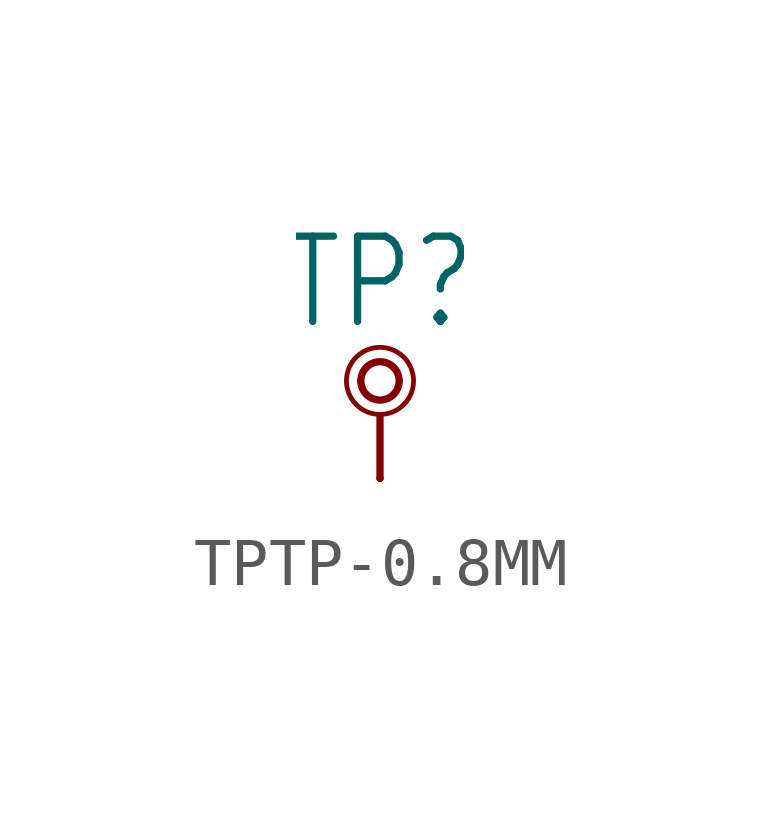
<source format=kicad_sym>
(kicad_symbol_lib
  (version 20211014)
  (generator kicad_symbol_editor)
  (symbol "TPTP-0.8MM"
    (property "Reference" "TP"
      (at 0 0.508 0)
      (effects (font (size 1.778 1.511)) (justify bottom)))
    (property "ki_locked" ""
      (at 0 0 0)
      (effects (font (size 1.27 1.27))))
    (symbol "TPTP-0.8MM_1_0"
      (circle (center 0 -0.508) (radius 0.4) (stroke (width 0) (type default) (color 0 0 0 0)) (fill (type none)))
      (circle (center 0 -0.508) (radius 0.7) (stroke (width 0.1) (type default) (color 0 0 0 0)) (fill (type none)))
      (polyline (pts (xy 0 -2.54) (xy 0 -1.27)) (stroke (width 0.152) (type default) (color 0 0 0 0)) (fill (type none)))
      (pin passive line (at 0 -2.54 90) (length 0) (name "P$1" (effects (font (size 0 0)))) (number "X" (effects (font (size 0 0))))))))
</source>
